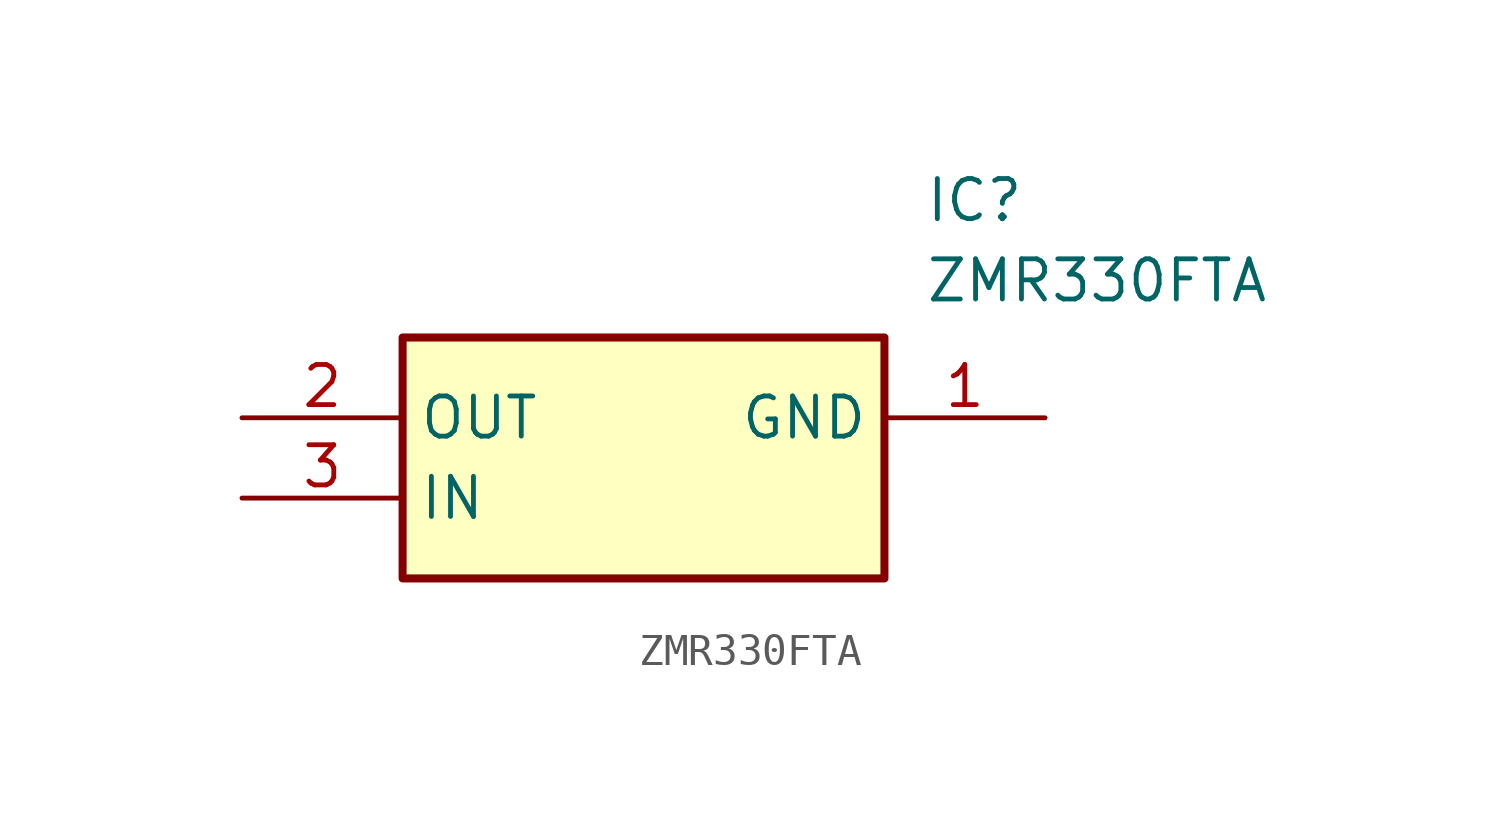
<source format=kicad_sym>
(kicad_symbol_lib
  (version 20211014)
  (generator SamacSys_ECAD_Model)
  (symbol "ZMR330FTA"
    (property "Reference" "IC"
      (at 21.59 7.62 0)
      (effects (font (size 1.27 1.27)) (justify left top)))
    (property "Value" "ZMR330FTA"
      (at 21.59 5.08 0)
      (effects (font (size 1.27 1.27)) (justify left top)))
    (rectangle
      (start 5.08 2.54)
      (end 20.32 -5.08)
      (stroke (width 0.254) (type default))
      (fill (type background)))
    (pin passive line
      (at 25.4 0 180)
      (length 5.08)
      (name "GND" (effects (font (size 1.27 1.27))))
      (number "1" (effects (font (size 1.27 1.27)))))
    (pin passive line
      (at 0 0 0)
      (length 5.08)
      (name "OUT" (effects (font (size 1.27 1.27))))
      (number "2" (effects (font (size 1.27 1.27)))))
    (pin passive line
      (at 0 -2.54 0)
      (length 5.08)
      (name "IN" (effects (font (size 1.27 1.27))))
      (number "3" (effects (font (size 1.27 1.27)))))))
</source>
